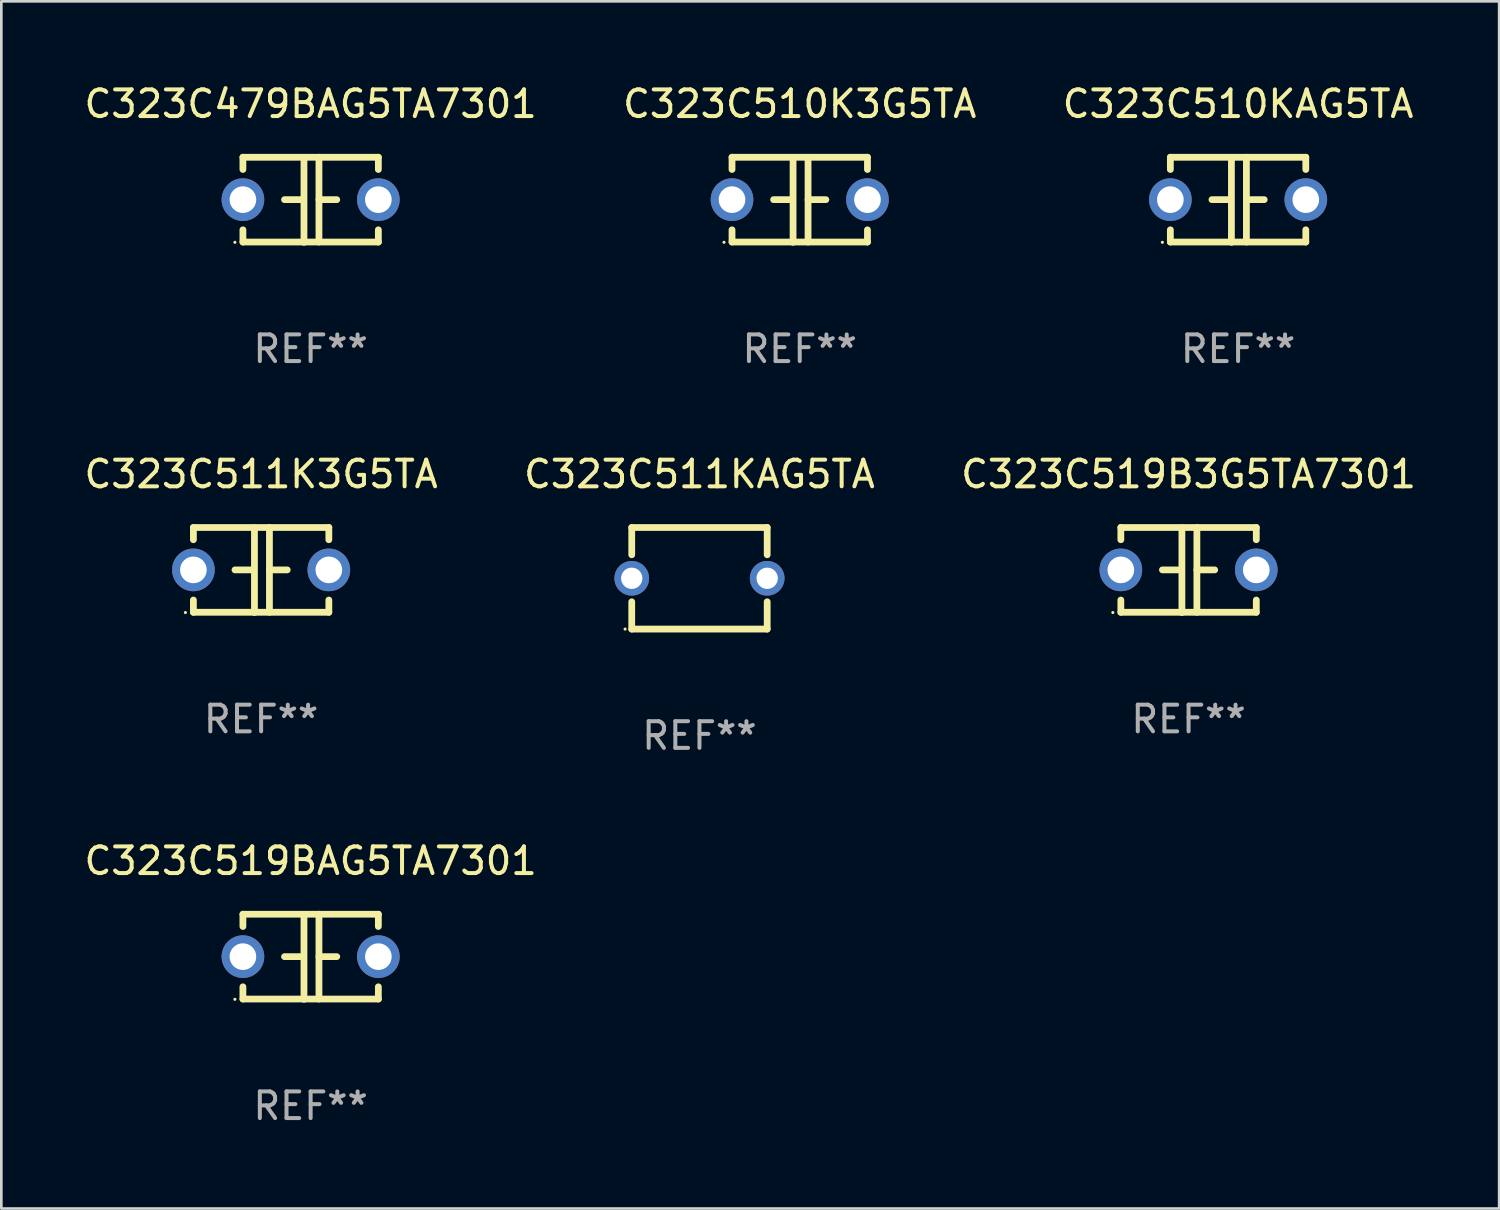
<source format=kicad_pcb>
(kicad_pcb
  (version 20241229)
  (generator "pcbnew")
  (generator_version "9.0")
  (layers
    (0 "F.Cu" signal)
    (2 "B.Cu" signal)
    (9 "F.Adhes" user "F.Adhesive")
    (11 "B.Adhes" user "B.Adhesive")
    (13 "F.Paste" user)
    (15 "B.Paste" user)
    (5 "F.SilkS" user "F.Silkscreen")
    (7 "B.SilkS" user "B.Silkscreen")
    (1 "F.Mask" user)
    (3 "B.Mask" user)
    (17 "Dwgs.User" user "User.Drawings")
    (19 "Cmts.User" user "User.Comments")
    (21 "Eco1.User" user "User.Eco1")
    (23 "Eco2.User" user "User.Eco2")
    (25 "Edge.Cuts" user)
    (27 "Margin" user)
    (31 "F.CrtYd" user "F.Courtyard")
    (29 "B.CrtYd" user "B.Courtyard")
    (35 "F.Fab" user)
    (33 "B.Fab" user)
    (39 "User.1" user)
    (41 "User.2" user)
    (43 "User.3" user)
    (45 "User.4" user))
  (footprint "C323C519BAG5TA7301"
    (layer "F.Cu")
    (at 8.601 32.836)
    (property "Reference" "C323C519BAG5TA7301" (at 0 -3.595 0) (layer "F.SilkS") (effects (font (size 1 1) (thickness 0.15))))
    (attr through_hole)
    (fp_line (start -2.54 -1.595) (end -2.54 -1.136) (stroke (width 0.254) (type solid)) (layer "F.SilkS"))
    (fp_line (start -2.54 -1.595) (end 2.54 -1.595) (stroke (width 0.254) (type solid)) (layer "F.SilkS"))
    (fp_line (start -2.54 1.126) (end -2.54 1.585) (stroke (width 0.254) (type solid)) (layer "F.SilkS"))
    (fp_line (start -0.312 -0.005) (end -0.98 -0.005) (stroke (width 0.254) (type solid)) (layer "F.SilkS"))
    (fp_line (start -0.25 -1.585) (end -0.25 1.595) (stroke (width 0.254) (type solid)) (layer "F.SilkS"))
    (fp_line (start 0.312 -1.595) (end 0.312 1.585) (stroke (width 0.254) (type solid)) (layer "F.SilkS"))
    (fp_line (start 0.312 -0.005) (end 0.98 -0.005) (stroke (width 0.254) (type solid)) (layer "F.SilkS"))
    (fp_line (start 2.54 -1.595) (end 2.54 -1.136) (stroke (width 0.254) (type solid)) (layer "F.SilkS"))
    (fp_line (start 2.54 1.126) (end 2.54 1.585) (stroke (width 0.254) (type solid)) (layer "F.SilkS"))
    (fp_line (start 2.54 1.585) (end -2.54 1.585) (stroke (width 0.254) (type solid)) (layer "F.SilkS"))
    (fp_circle (center -2.84 1.595) (end -2.81 1.595) (stroke (width 0.06) (type solid)) (fill no) (layer "F.SilkS"))
    (fp_text user "REF**" (at 0 5.595 0) (layer "F.Fab") (effects (font (size 1 1) (thickness 0.15))))
    (pad "1" thru_hole circle (at -2.54 -0.005) (size 1.6 1.6) (drill 1) (layers "*.Cu" "*.Mask"))
    (pad "2" thru_hole circle (at 2.54 -0.005) (size 1.6 1.6) (drill 1) (layers "*.Cu" "*.Mask")))
  (footprint "C323C510K3G5TA"
    (layer "F.Cu")
    (at 26.946 4.443)
    (property "Reference" "C323C510K3G5TA" (at 0 -3.595 0) (layer "F.SilkS") (effects (font (size 1 1) (thickness 0.15))))
    (attr through_hole)
    (fp_line (start -2.54 -1.595) (end -2.54 -1.136) (stroke (width 0.254) (type solid)) (layer "F.SilkS"))
    (fp_line (start -2.54 -1.595) (end 2.54 -1.595) (stroke (width 0.254) (type solid)) (layer "F.SilkS"))
    (fp_line (start -2.54 1.126) (end -2.54 1.585) (stroke (width 0.254) (type solid)) (layer "F.SilkS"))
    (fp_line (start -0.312 -0.005) (end -0.98 -0.005) (stroke (width 0.254) (type solid)) (layer "F.SilkS"))
    (fp_line (start -0.25 -1.585) (end -0.25 1.595) (stroke (width 0.254) (type solid)) (layer "F.SilkS"))
    (fp_line (start 0.312 -1.595) (end 0.312 1.585) (stroke (width 0.254) (type solid)) (layer "F.SilkS"))
    (fp_line (start 0.312 -0.005) (end 0.98 -0.005) (stroke (width 0.254) (type solid)) (layer "F.SilkS"))
    (fp_line (start 2.54 -1.595) (end 2.54 -1.136) (stroke (width 0.254) (type solid)) (layer "F.SilkS"))
    (fp_line (start 2.54 1.126) (end 2.54 1.585) (stroke (width 0.254) (type solid)) (layer "F.SilkS"))
    (fp_line (start 2.54 1.585) (end -2.54 1.585) (stroke (width 0.254) (type solid)) (layer "F.SilkS"))
    (fp_circle (center -2.84 1.595) (end -2.81 1.595) (stroke (width 0.06) (type solid)) (fill no) (layer "F.SilkS"))
    (fp_text user "REF**" (at 0 5.595 0) (layer "F.Fab") (effects (font (size 1 1) (thickness 0.15))))
    (pad "1" thru_hole circle (at -2.54 -0.005) (size 1.6 1.6) (drill 1) (layers "*.Cu" "*.Mask"))
    (pad "2" thru_hole circle (at 2.54 -0.005) (size 1.6 1.6) (drill 1) (layers "*.Cu" "*.Mask")))
  (footprint "C323C511K3G5TA"
    (layer "F.Cu")
    (at 6.744 18.33)
    (property "Reference" "C323C511K3G5TA" (at 0 -3.595 0) (layer "F.SilkS") (effects (font (size 1 1) (thickness 0.15))))
    (attr through_hole)
    (fp_line (start -2.54 -1.595) (end -2.54 -1.136) (stroke (width 0.254) (type solid)) (layer "F.SilkS"))
    (fp_line (start -2.54 -1.595) (end 2.54 -1.595) (stroke (width 0.254) (type solid)) (layer "F.SilkS"))
    (fp_line (start -2.54 1.126) (end -2.54 1.585) (stroke (width 0.254) (type solid)) (layer "F.SilkS"))
    (fp_line (start -0.312 -0.005) (end -0.98 -0.005) (stroke (width 0.254) (type solid)) (layer "F.SilkS"))
    (fp_line (start -0.25 -1.585) (end -0.25 1.595) (stroke (width 0.254) (type solid)) (layer "F.SilkS"))
    (fp_line (start 0.312 -1.595) (end 0.312 1.585) (stroke (width 0.254) (type solid)) (layer "F.SilkS"))
    (fp_line (start 0.312 -0.005) (end 0.98 -0.005) (stroke (width 0.254) (type solid)) (layer "F.SilkS"))
    (fp_line (start 2.54 -1.595) (end 2.54 -1.136) (stroke (width 0.254) (type solid)) (layer "F.SilkS"))
    (fp_line (start 2.54 1.126) (end 2.54 1.585) (stroke (width 0.254) (type solid)) (layer "F.SilkS"))
    (fp_line (start 2.54 1.585) (end -2.54 1.585) (stroke (width 0.254) (type solid)) (layer "F.SilkS"))
    (fp_circle (center -2.84 1.595) (end -2.81 1.595) (stroke (width 0.06) (type solid)) (fill no) (layer "F.SilkS"))
    (fp_text user "REF**" (at 0 5.595 0) (layer "F.Fab") (effects (font (size 1 1) (thickness 0.15))))
    (pad "1" thru_hole circle (at -2.54 -0.005) (size 1.6 1.6) (drill 1) (layers "*.Cu" "*.Mask"))
    (pad "2" thru_hole circle (at 2.54 -0.005) (size 1.6 1.6) (drill 1) (layers "*.Cu" "*.Mask")))
  (footprint "C323C519B3G5TA7301"
    (layer "F.Cu")
    (at 41.53 18.33)
    (property "Reference" "C323C519B3G5TA7301" (at 0 -3.595 0) (layer "F.SilkS") (effects (font (size 1 1) (thickness 0.15))))
    (attr through_hole)
    (fp_line (start -2.54 -1.595) (end -2.54 -1.136) (stroke (width 0.254) (type solid)) (layer "F.SilkS"))
    (fp_line (start -2.54 -1.595) (end 2.54 -1.595) (stroke (width 0.254) (type solid)) (layer "F.SilkS"))
    (fp_line (start -2.54 1.126) (end -2.54 1.585) (stroke (width 0.254) (type solid)) (layer "F.SilkS"))
    (fp_line (start -0.312 -0.005) (end -0.98 -0.005) (stroke (width 0.254) (type solid)) (layer "F.SilkS"))
    (fp_line (start -0.25 -1.585) (end -0.25 1.595) (stroke (width 0.254) (type solid)) (layer "F.SilkS"))
    (fp_line (start 0.312 -1.595) (end 0.312 1.585) (stroke (width 0.254) (type solid)) (layer "F.SilkS"))
    (fp_line (start 0.312 -0.005) (end 0.98 -0.005) (stroke (width 0.254) (type solid)) (layer "F.SilkS"))
    (fp_line (start 2.54 -1.595) (end 2.54 -1.136) (stroke (width 0.254) (type solid)) (layer "F.SilkS"))
    (fp_line (start 2.54 1.126) (end 2.54 1.585) (stroke (width 0.254) (type solid)) (layer "F.SilkS"))
    (fp_line (start 2.54 1.585) (end -2.54 1.585) (stroke (width 0.254) (type solid)) (layer "F.SilkS"))
    (fp_circle (center -2.84 1.595) (end -2.81 1.595) (stroke (width 0.06) (type solid)) (fill no) (layer "F.SilkS"))
    (fp_text user "REF**" (at 0 5.595 0) (layer "F.Fab") (effects (font (size 1 1) (thickness 0.15))))
    (pad "1" thru_hole circle (at -2.54 -0.005) (size 1.6 1.6) (drill 1) (layers "*.Cu" "*.Mask"))
    (pad "2" thru_hole circle (at 2.54 -0.005) (size 1.6 1.6) (drill 1) (layers "*.Cu" "*.Mask")))
  (footprint "C323C510KAG5TA"
    (layer "F.Cu")
    (at 43.387 4.443)
    (property "Reference" "C323C510KAG5TA" (at 0 -3.595 0) (layer "F.SilkS") (effects (font (size 1 1) (thickness 0.15))))
    (attr through_hole)
    (fp_line (start -2.54 -1.595) (end -2.54 -1.136) (stroke (width 0.254) (type solid)) (layer "F.SilkS"))
    (fp_line (start -2.54 -1.595) (end 2.54 -1.595) (stroke (width 0.254) (type solid)) (layer "F.SilkS"))
    (fp_line (start -2.54 1.126) (end -2.54 1.585) (stroke (width 0.254) (type solid)) (layer "F.SilkS"))
    (fp_line (start -0.312 -0.005) (end -0.98 -0.005) (stroke (width 0.254) (type solid)) (layer "F.SilkS"))
    (fp_line (start -0.25 -1.585) (end -0.25 1.595) (stroke (width 0.254) (type solid)) (layer "F.SilkS"))
    (fp_line (start 0.312 -1.595) (end 0.312 1.585) (stroke (width 0.254) (type solid)) (layer "F.SilkS"))
    (fp_line (start 0.312 -0.005) (end 0.98 -0.005) (stroke (width 0.254) (type solid)) (layer "F.SilkS"))
    (fp_line (start 2.54 -1.595) (end 2.54 -1.136) (stroke (width 0.254) (type solid)) (layer "F.SilkS"))
    (fp_line (start 2.54 1.126) (end 2.54 1.585) (stroke (width 0.254) (type solid)) (layer "F.SilkS"))
    (fp_line (start 2.54 1.585) (end -2.54 1.585) (stroke (width 0.254) (type solid)) (layer "F.SilkS"))
    (fp_circle (center -2.84 1.595) (end -2.81 1.595) (stroke (width 0.06) (type solid)) (fill no) (layer "F.SilkS"))
    (fp_text user "REF**" (at 0 5.595 0) (layer "F.Fab") (effects (font (size 1 1) (thickness 0.15))))
    (pad "1" thru_hole circle (at -2.54 -0.005) (size 1.6 1.6) (drill 1) (layers "*.Cu" "*.Mask"))
    (pad "2" thru_hole circle (at 2.54 -0.005) (size 1.6 1.6) (drill 1) (layers "*.Cu" "*.Mask")))
  (footprint "C323C479BAG5TA7301"
    (layer "F.Cu")
    (at 8.601 4.443)
    (property "Reference" "C323C479BAG5TA7301" (at 0 -3.595 0) (layer "F.SilkS") (effects (font (size 1 1) (thickness 0.15))))
    (attr through_hole)
    (fp_line (start -2.54 -1.595) (end -2.54 -1.136) (stroke (width 0.254) (type solid)) (layer "F.SilkS"))
    (fp_line (start -2.54 -1.595) (end 2.54 -1.595) (stroke (width 0.254) (type solid)) (layer "F.SilkS"))
    (fp_line (start -2.54 1.126) (end -2.54 1.585) (stroke (width 0.254) (type solid)) (layer "F.SilkS"))
    (fp_line (start -0.312 -0.005) (end -0.98 -0.005) (stroke (width 0.254) (type solid)) (layer "F.SilkS"))
    (fp_line (start -0.25 -1.585) (end -0.25 1.595) (stroke (width 0.254) (type solid)) (layer "F.SilkS"))
    (fp_line (start 0.312 -1.595) (end 0.312 1.585) (stroke (width 0.254) (type solid)) (layer "F.SilkS"))
    (fp_line (start 0.312 -0.005) (end 0.98 -0.005) (stroke (width 0.254) (type solid)) (layer "F.SilkS"))
    (fp_line (start 2.54 -1.595) (end 2.54 -1.136) (stroke (width 0.254) (type solid)) (layer "F.SilkS"))
    (fp_line (start 2.54 1.126) (end 2.54 1.585) (stroke (width 0.254) (type solid)) (layer "F.SilkS"))
    (fp_line (start 2.54 1.585) (end -2.54 1.585) (stroke (width 0.254) (type solid)) (layer "F.SilkS"))
    (fp_circle (center -2.84 1.595) (end -2.81 1.595) (stroke (width 0.06) (type solid)) (fill no) (layer "F.SilkS"))
    (fp_text user "REF**" (at 0 5.595 0) (layer "F.Fab") (effects (font (size 1 1) (thickness 0.15))))
    (pad "1" thru_hole circle (at -2.54 -0.005) (size 1.6 1.6) (drill 1) (layers "*.Cu" "*.Mask"))
    (pad "2" thru_hole circle (at 2.54 -0.005) (size 1.6 1.6) (drill 1) (layers "*.Cu" "*.Mask")))
  (footprint "C323C511KAG5TA"
    (layer "F.Cu")
    (at 23.185 18.64)
    (property "Reference" "C323C511KAG5TA" (at 0 -3.905 0) (layer "F.SilkS") (effects (font (size 1 1) (thickness 0.15))))
    (attr through_hole)
    (fp_line (start -2.54 -1.905) (end -2.54 -0.881) (stroke (width 0.254) (type solid)) (layer "F.SilkS"))
    (fp_line (start -2.54 0.881) (end -2.54 1.905) (stroke (width 0.254) (type solid)) (layer "F.SilkS"))
    (fp_line (start -2.54 1.905) (end 2.54 1.905) (stroke (width 0.254) (type solid)) (layer "F.SilkS"))
    (fp_line (start 2.54 -1.905) (end -2.54 -1.905) (stroke (width 0.254) (type solid)) (layer "F.SilkS"))
    (fp_line (start 2.54 -0.881) (end 2.54 -1.905) (stroke (width 0.254) (type solid)) (layer "F.SilkS"))
    (fp_line (start 2.54 1.905) (end 2.54 0.881) (stroke (width 0.254) (type solid)) (layer "F.SilkS"))
    (fp_circle (center -2.79 1.905) (end -2.76 1.905) (stroke (width 0.06) (type solid)) (fill no) (layer "F.SilkS"))
    (fp_text user "REF**" (at 0 5.905 0) (layer "F.Fab") (effects (font (size 1 1) (thickness 0.15))))
    (pad "1" thru_hole circle (at -2.54 0) (size 1.3 1.3) (drill 0.8) (layers "*.Cu" "*.Mask"))
    (pad "2" thru_hole circle (at 2.54 0) (size 1.3 1.3) (drill 0.8) (layers "*.Cu" "*.Mask")))
  (gr_rect
    (start -3 -3)
    (end 53.179 42.279)
    (stroke (width 0.1) (type default))
    (fill no)
    (layer "Edge.Cuts")))
</source>
